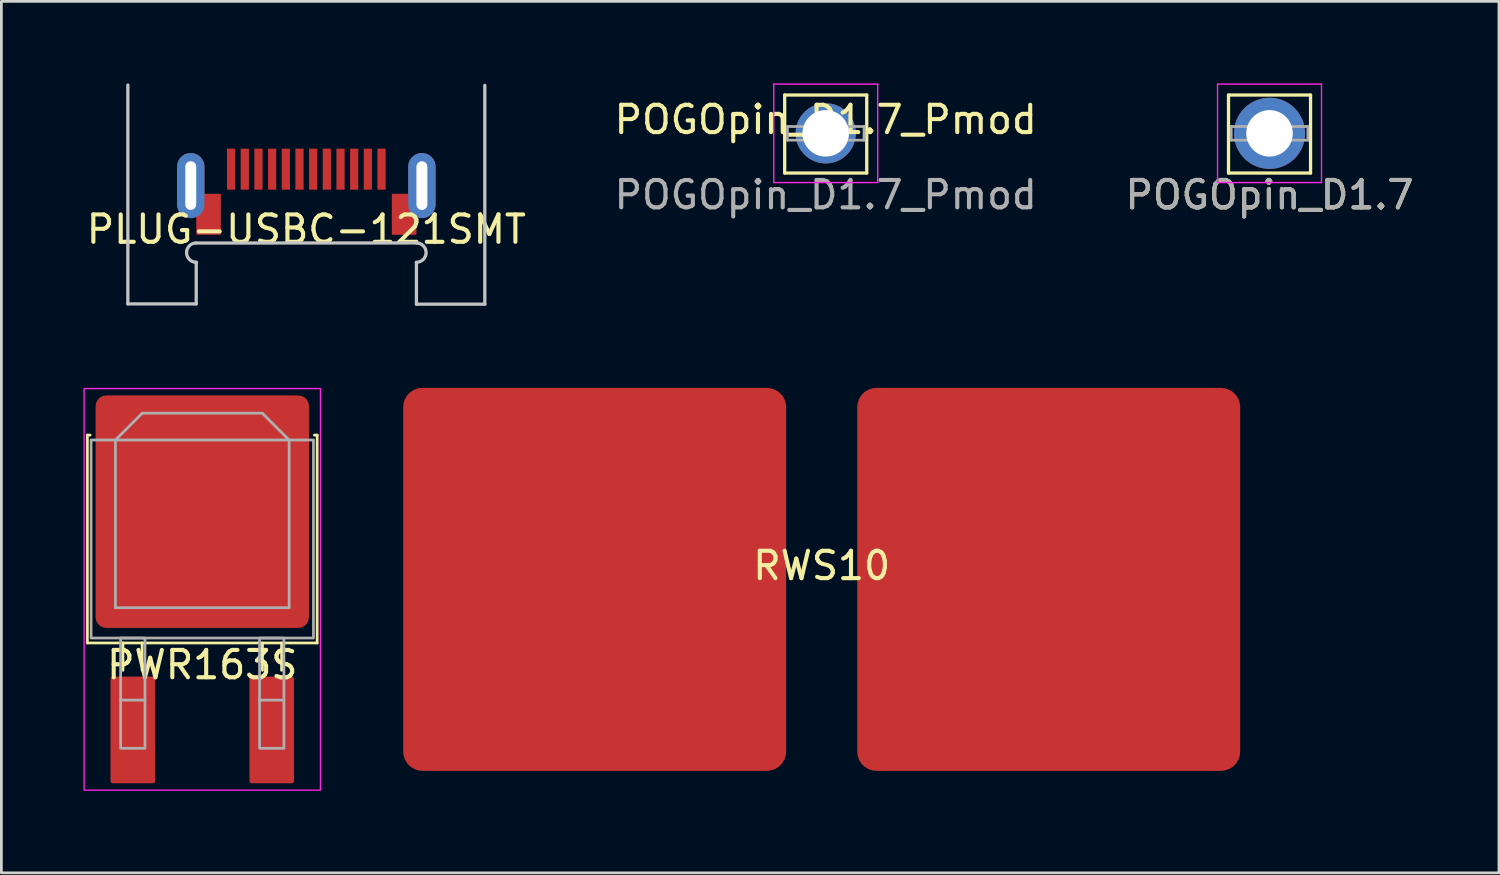
<source format=kicad_pcb>
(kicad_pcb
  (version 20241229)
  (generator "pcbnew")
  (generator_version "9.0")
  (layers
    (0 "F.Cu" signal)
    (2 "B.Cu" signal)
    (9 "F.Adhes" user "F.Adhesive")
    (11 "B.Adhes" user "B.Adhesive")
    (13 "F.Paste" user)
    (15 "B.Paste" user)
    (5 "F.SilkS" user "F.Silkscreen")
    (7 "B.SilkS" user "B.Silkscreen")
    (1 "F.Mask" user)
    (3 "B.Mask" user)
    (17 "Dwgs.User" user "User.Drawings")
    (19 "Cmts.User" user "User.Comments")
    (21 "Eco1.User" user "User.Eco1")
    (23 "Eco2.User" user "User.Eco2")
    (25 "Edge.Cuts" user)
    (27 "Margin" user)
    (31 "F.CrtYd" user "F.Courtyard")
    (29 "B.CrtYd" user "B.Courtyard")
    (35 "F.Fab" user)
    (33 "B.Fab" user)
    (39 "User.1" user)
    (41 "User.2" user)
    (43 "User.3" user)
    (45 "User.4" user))
  (footprint "POGOpin_D1.7_Pmod"
    (layer "F.Cu")
    (at 27.137 1.825)
    (property "Reference" "POGOpin_D1.7_Pmod" (at 0 -0.5 0) (unlocked yes) (layer "F.SilkS") (effects (font (size 1 1) (thickness 0.15))))
    (attr smd)
    (fp_line (start -1.5 -1.4) (end -1.5 1.45) (stroke (width 0.12) (type solid)) (layer "F.SilkS"))
    (fp_line (start -1.5 -1.4) (end 1.5 -1.4) (stroke (width 0.12) (type solid)) (layer "F.SilkS"))
    (fp_line (start -1.5 1.45) (end 1.5 1.45) (stroke (width 0.12) (type solid)) (layer "F.SilkS"))
    (fp_line (start 1.5 -1.4) (end 1.5 1.45) (stroke (width 0.12) (type solid)) (layer "F.SilkS"))
    (fp_line (start -1.9 -1.8) (end -1.9 1.8) (stroke (width 0.05) (type solid)) (layer "F.CrtYd"))
    (fp_line (start -1.9 -1.8) (end 1.9 -1.8) (stroke (width 0.05) (type solid)) (layer "F.CrtYd"))
    (fp_line (start 1.9 1.8) (end -1.9 1.8) (stroke (width 0.05) (type solid)) (layer "F.CrtYd"))
    (fp_line (start 1.9 1.8) (end 1.9 -1.8) (stroke (width 0.05) (type solid)) (layer "F.CrtYd"))
    (fp_line (start -1.4 -0.25) (end 1.4 -0.25) (stroke (width 0.1) (type solid)) (layer "F.Fab"))
    (fp_line (start -1.4 0.25) (end -1.4 -0.25) (stroke (width 0.1) (type solid)) (layer "F.Fab"))
    (fp_line (start 1.4 -0.25) (end 1.4 0.25) (stroke (width 0.1) (type solid)) (layer "F.Fab"))
    (fp_line (start 1.4 0.25) (end -1.4 0.25) (stroke (width 0.1) (type solid)) (layer "F.Fab"))
    (fp_text user "${REFERENCE}" (at 0 2.25 0) (layer "F.Fab") (effects (font (size 1 1) (thickness 0.15))))
    (pad "1" thru_hole circle (at 0 0) (size 2.2 2.2) (drill 1.7) (layers "*.Cu" "*.Mask")))
  (footprint "POGOpin_D1.7"
    (layer "F.Cu")
    (at 43.363 1.825)
    (property "Reference" "POGOpin_D1.7" (at 0 2.25 0) (layer "F.SilkS") (effects (font (size 1 1) (thickness 0.15))))
    (attr through_hole)
    (fp_line (start -1.5 -1.4) (end -1.5 1.45) (stroke (width 0.12) (type solid)) (layer "F.SilkS"))
    (fp_line (start -1.5 -1.4) (end 1.5 -1.4) (stroke (width 0.12) (type solid)) (layer "F.SilkS"))
    (fp_line (start -1.5 1.45) (end 1.5 1.45) (stroke (width 0.12) (type solid)) (layer "F.SilkS"))
    (fp_line (start 1.5 -1.4) (end 1.5 1.45) (stroke (width 0.12) (type solid)) (layer "F.SilkS"))
    (fp_line (start -1.9 -1.8) (end -1.9 1.8) (stroke (width 0.05) (type solid)) (layer "F.CrtYd"))
    (fp_line (start -1.9 -1.8) (end 1.9 -1.8) (stroke (width 0.05) (type solid)) (layer "F.CrtYd"))
    (fp_line (start 1.9 1.8) (end -1.9 1.8) (stroke (width 0.05) (type solid)) (layer "F.CrtYd"))
    (fp_line (start 1.9 1.8) (end 1.9 -1.8) (stroke (width 0.05) (type solid)) (layer "F.CrtYd"))
    (fp_line (start -1.4 -0.25) (end 1.4 -0.25) (stroke (width 0.1) (type solid)) (layer "F.Fab"))
    (fp_line (start -1.4 0.25) (end -1.4 -0.25) (stroke (width 0.1) (type solid)) (layer "F.Fab"))
    (fp_line (start 1.4 -0.25) (end 1.4 0.25) (stroke (width 0.1) (type solid)) (layer "F.Fab"))
    (fp_line (start 1.4 0.25) (end -1.4 0.25) (stroke (width 0.1) (type solid)) (layer "F.Fab"))
    (fp_text user "${REFERENCE}" (at 0 2.25 0) (layer "F.Fab") (effects (font (size 1 1) (thickness 0.15))))
    (pad "1" thru_hole circle (at 0 0) (size 2.6 2.6) (drill 1.7) (layers "*.Cu" "*.Mask")))
  (footprint "PWR163S"
    (layer "F.Cu")
    (at 4.345 16.656)
    (property "Reference" "PWR163S" (at 0 4.6 0) (unlocked yes) (layer "F.SilkS") (effects (font (size 1 1) (thickness 0.15))))
    (attr smd)
    (fp_line (start -4.2 -3.8) (end -4.1 -3.8) (stroke (width 0.1) (type default)) (layer "F.SilkS"))
    (fp_line (start -4.2 3.8) (end -4.2 -3.8) (stroke (width 0.1) (type default)) (layer "F.SilkS"))
    (fp_line (start -2.9 3.8) (end -2.9 4.8) (stroke (width 0.1) (type default)) (layer "F.SilkS"))
    (fp_line (start -2.2 3.8) (end -2.2 4.8) (stroke (width 0.1) (type default)) (layer "F.SilkS"))
    (fp_line (start 2.2 3.8) (end 2.2 4.8) (stroke (width 0.1) (type default)) (layer "F.SilkS"))
    (fp_line (start 2.9 3.8) (end 2.9 4.8) (stroke (width 0.1) (type default)) (layer "F.SilkS"))
    (fp_line (start 4.1 -3.8) (end 4.2 -3.8) (stroke (width 0.1) (type default)) (layer "F.SilkS"))
    (fp_line (start 4.2 -3.8) (end 4.2 3.8) (stroke (width 0.1) (type default)) (layer "F.SilkS"))
    (fp_line (start 4.2 3.8) (end -4.2 3.8) (stroke (width 0.1) (type default)) (layer "F.SilkS"))
    (fp_rect (start -4.32 -5.5) (end 4.32 9.18) (stroke (width 0.05) (type default)) (fill no) (layer "F.CrtYd"))
    (fp_line (start -3.175 2.51) (end -3.175 -3.62) (stroke (width 0.1) (type default)) (layer "F.Fab"))
    (fp_line (start -3.175 2.51) (end 3.175 2.51) (stroke (width 0.1) (type default)) (layer "F.Fab"))
    (fp_line (start -2.985 5.89) (end -2.095 5.89) (stroke (width 0.1) (type default)) (layer "F.Fab"))
    (fp_line (start -2.195 -4.6) (end -3.175 -3.62) (stroke (width 0.1) (type default)) (layer "F.Fab"))
    (fp_line (start -2.195 -4.6) (end 2.195 -4.6) (stroke (width 0.1) (type default)) (layer "F.Fab"))
    (fp_line (start 2.095 5.89) (end 2.985 5.89) (stroke (width 0.1) (type default)) (layer "F.Fab"))
    (fp_line (start 2.195 -4.6) (end 3.175 -3.62) (stroke (width 0.1) (type default)) (layer "F.Fab"))
    (fp_line (start 3.175 2.51) (end 3.175 -3.62) (stroke (width 0.1) (type default)) (layer "F.Fab"))
    (fp_rect (start -2.985 3.62) (end -2.095 7.65) (stroke (width 0.1) (type default)) (fill no) (layer "F.Fab"))
    (fp_rect (start 2.095 3.62) (end 2.985 7.65) (stroke (width 0.1) (type default)) (fill no) (layer "F.Fab"))
    (fp_rect (start 4.065 -3.62) (end -4.065 3.62) (stroke (width 0.1) (type default)) (fill no) (layer "F.Fab"))
    (pad "" smd roundrect (at -1.65 -1.9) (size 2.9 2.6) (layers "F.Paste") (roundrect_rratio 0.05))
    (pad "" smd roundrect (at -1.65 1.1) (size 2.9 2.6) (layers "F.Paste") (roundrect_rratio 0.05))
    (pad "" smd roundrect (at 0 -4.05) (size 4.4 0.9) (layers "F.Paste") (roundrect_rratio 0.05))
    (pad "" smd roundrect (at 1.65 -1.9) (size 2.9 2.6) (layers "F.Paste") (roundrect_rratio 0.05))
    (pad "" smd roundrect (at 1.65 1.1) (size 2.9 2.6) (layers "F.Paste") (roundrect_rratio 0.05))
    (pad "1" smd roundrect (at -2.54 6.98) (size 1.63 3.9) (layers "F.Cu" "F.Mask" "F.Paste") (roundrect_rratio 0.05))
    (pad "2" smd roundrect (at 2.54 6.98) (size 1.63 3.9) (layers "F.Cu" "F.Mask" "F.Paste") (roundrect_rratio 0.05))
    (pad "3" smd roundrect (at 0 -1) (size 7.8 8.5) (layers "F.Cu" "F.Mask") (roundrect_rratio 0.05)))
  (footprint "RWS10"
    (layer "F.Cu")
    (at 26.99 18.131)
    (property "Reference" "RWS10" (at 0 -0.5 0) (unlocked yes) (layer "F.SilkS") (effects (font (size 1 1) (thickness 0.15))))
    (attr smd)
    (pad "1" smd roundrect (at -8.3 0 90) (size 14 14) (layers "F.Cu" "F.Mask" "F.Paste") (roundrect_rratio 0.05))
    (pad "2" smd roundrect (at 8.3 0 90) (size 14 14) (layers "F.Cu" "F.Mask" "F.Paste") (roundrect_rratio 0.05)))
  (footprint "PLUG-USBC-121SMT"
    (layer "F.Cu")
    (at 8.149 5.835)
    (property "Reference" "PLUG-USBC-121SMT" (at 0 -0.5 0) (unlocked yes) (layer "F.SilkS") (effects (font (size 1 1) (thickness 0.15))))
    (attr smd)
    (fp_line (start -6.525 2.225) (end -6.525 -5.775) (stroke (width 0.12) (type default)) (layer "Dwgs.User"))
    (fp_line (start -4.025 0) (end 4.025 -0.004) (stroke (width 0.12) (type default)) (layer "Dwgs.User"))
    (fp_line (start -4.025 0.704) (end -4.025 2.225) (stroke (width 0.12) (type default)) (layer "Dwgs.User"))
    (fp_line (start -4.025 2.225) (end -6.525 2.225) (stroke (width 0.12) (type default)) (layer "Dwgs.User"))
    (fp_line (start 4.025 0.714) (end 4.025 2.236) (stroke (width 0.12) (type default)) (layer "Dwgs.User"))
    (fp_line (start 4.025 2.236) (end 6.525 2.236) (stroke (width 0.12) (type default)) (layer "Dwgs.User"))
    (fp_line (start 6.525 2.236) (end 6.525 -5.764) (stroke (width 0.12) (type default)) (layer "Dwgs.User"))
    (fp_arc (start -4.025 0.703553) (mid -4.378553 0.35) (end -4.025 -0.003553) (stroke (width 0.12) (type default)) (layer "Dwgs.User"))
    (fp_arc (start 4.025 -0.003553) (mid 4.378553 0.35) (end 4.025 0.703553) (stroke (width 0.12) (type default)) (layer "Dwgs.User"))
    (pad "A01" smd roundrect (at 2.75 -2.7) (size 0.3 1.5) (layers "F.Cu" "F.Mask" "F.Paste") (roundrect_rratio 0.042))
    (pad "A02" smd roundrect (at 2.25 -2.7) (size 0.3 1.5) (layers "F.Cu" "F.Mask" "F.Paste") (roundrect_rratio 0.042))
    (pad "A03" smd roundrect (at 1.75 -2.7) (size 0.3 1.5) (layers "F.Cu" "F.Mask" "F.Paste") (roundrect_rratio 0.042))
    (pad "A04" smd roundrect (at 1.25 -2.7) (size 0.3 1.5) (layers "F.Cu" "F.Mask" "F.Paste") (roundrect_rratio 0.042))
    (pad "A05" smd roundrect (at -1.25 -2.7) (size 0.3 1.5) (layers "F.Cu" "F.Mask" "F.Paste") (roundrect_rratio 0.042))
    (pad "A06" smd roundrect (at -1.75 -2.7) (size 0.3 1.5) (layers "F.Cu" "F.Mask" "F.Paste") (roundrect_rratio 0.042))
    (pad "A07" smd roundrect (at -2.25 -2.7) (size 0.3 1.5) (layers "F.Cu" "F.Mask" "F.Paste") (roundrect_rratio 0.042))
    (pad "A12" smd roundrect (at -2.75 -2.7) (size 0.3 1.5) (layers "F.Cu" "F.Mask" "F.Paste") (roundrect_rratio 0.042))
    (pad "B09" smd roundrect (at -0.75 -2.7) (size 0.3 1.5) (layers "F.Cu" "F.Mask" "F.Paste") (roundrect_rratio 0.042))
    (pad "B10" smd roundrect (at -0.25 -2.7) (size 0.3 1.5) (layers "F.Cu" "F.Mask" "F.Paste") (roundrect_rratio 0.042))
    (pad "B11" smd roundrect (at 0.25 -2.7) (size 0.3 1.5) (layers "F.Cu" "F.Mask" "F.Paste") (roundrect_rratio 0.042))
    (pad "B12" smd roundrect (at 0.75 -2.7) (size 0.3 1.5) (layers "F.Cu" "F.Mask" "F.Paste") (roundrect_rratio 0.042))
    (pad "GND" thru_hole oval (at -4.225 -2.1) (size 1 2.38) (drill oval 0.4 1.78) (layers "*.Cu" "*.Mask"))
    (pad "GND" smd roundrect (at -3.575 -1.05) (size 0.9 1.5) (layers "F.Cu" "F.Mask" "F.Paste") (roundrect_rratio 0.042))
    (pad "GND" smd roundrect (at 3.575 -1.05) (size 0.9 1.5) (layers "F.Cu" "F.Mask" "F.Paste") (roundrect_rratio 0.042))
    (pad "GND" thru_hole oval (at 4.225 -2.1) (size 1 2.38) (drill oval 0.4 1.78) (layers "*.Cu" "*.Mask")))
  (gr_rect
    (start -3 -3)
    (end 51.75 28.861)
    (stroke (width 0.1) (type default))
    (fill no)
    (layer "Edge.Cuts")))
</source>
